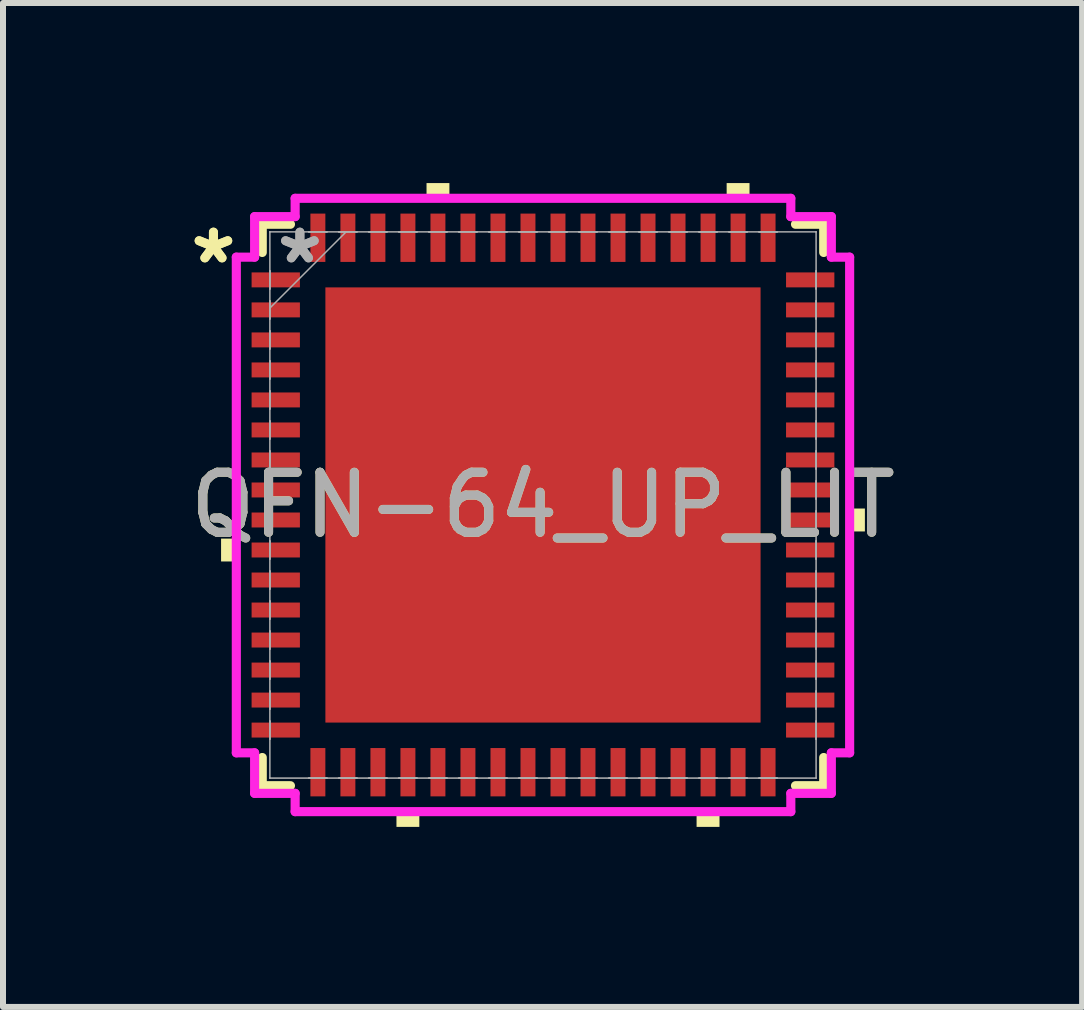
<source format=kicad_pcb>
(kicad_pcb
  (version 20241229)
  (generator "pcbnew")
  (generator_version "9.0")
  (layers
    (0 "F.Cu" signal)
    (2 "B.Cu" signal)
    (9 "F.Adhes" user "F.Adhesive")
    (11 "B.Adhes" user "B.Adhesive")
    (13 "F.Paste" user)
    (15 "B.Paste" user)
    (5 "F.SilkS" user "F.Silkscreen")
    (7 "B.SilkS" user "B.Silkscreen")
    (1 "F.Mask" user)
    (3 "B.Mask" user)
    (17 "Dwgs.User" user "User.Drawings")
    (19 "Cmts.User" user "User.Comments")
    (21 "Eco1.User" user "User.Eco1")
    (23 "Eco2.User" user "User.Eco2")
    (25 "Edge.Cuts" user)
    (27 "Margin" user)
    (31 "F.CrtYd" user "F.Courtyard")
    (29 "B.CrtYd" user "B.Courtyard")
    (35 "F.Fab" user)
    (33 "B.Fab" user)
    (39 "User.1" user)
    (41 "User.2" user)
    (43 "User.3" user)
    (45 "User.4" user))
  (footprint "QFN-64_UP_LIT"
    (layer "F.Cu")
    (at 5.996 5.363)
    (property "Reference" "QFN-64_UP_LIT" (at 0 0 0) (unlocked yes) (layer "F.SilkS") (effects (font (size 1 1) (thickness 0.15))))
    (attr smd)
    (fp_line (start -4.677 -4.677) (end -4.677 -4.207) (stroke (width 0.152) (type solid)) (layer "F.SilkS"))
    (fp_line (start -4.677 4.207) (end -4.677 4.677) (stroke (width 0.152) (type solid)) (layer "F.SilkS"))
    (fp_line (start -4.677 4.677) (end -4.207 4.677) (stroke (width 0.152) (type solid)) (layer "F.SilkS"))
    (fp_line (start -4.207 -4.677) (end -4.677 -4.677) (stroke (width 0.152) (type solid)) (layer "F.SilkS"))
    (fp_line (start 4.207 4.677) (end 4.677 4.677) (stroke (width 0.152) (type solid)) (layer "F.SilkS"))
    (fp_line (start 4.677 -4.677) (end 4.207 -4.677) (stroke (width 0.152) (type solid)) (layer "F.SilkS"))
    (fp_line (start 4.677 -4.207) (end 4.677 -4.677) (stroke (width 0.152) (type solid)) (layer "F.SilkS"))
    (fp_line (start 4.677 4.677) (end 4.677 4.207) (stroke (width 0.152) (type solid)) (layer "F.SilkS"))
    (fp_poly (pts (xy -5.363 0.56) (xy -5.363 0.941) (xy -5.109 0.941) (xy -5.109 0.56)) (stroke (width 0) (type solid)) (fill yes) (layer "F.SilkS"))
    (fp_poly (pts (xy -2.441 5.109) (xy -2.441 5.363) (xy -2.06 5.363) (xy -2.06 5.109)) (stroke (width 0) (type solid)) (fill yes) (layer "F.SilkS"))
    (fp_poly (pts (xy -1.94 -5.109) (xy -1.94 -5.363) (xy -1.559 -5.363) (xy -1.559 -5.109)) (stroke (width 0) (type solid)) (fill yes) (layer "F.SilkS"))
    (fp_poly (pts (xy 2.559 5.109) (xy 2.559 5.363) (xy 2.941 5.363) (xy 2.941 5.109)) (stroke (width 0) (type solid)) (fill yes) (layer "F.SilkS"))
    (fp_poly (pts (xy 3.06 -5.109) (xy 3.06 -5.363) (xy 3.441 -5.363) (xy 3.441 -5.109)) (stroke (width 0) (type solid)) (fill yes) (layer "F.SilkS"))
    (fp_poly (pts (xy 5.363 0.059) (xy 5.363 0.441) (xy 5.109 0.441) (xy 5.109 0.059)) (stroke (width 0) (type solid)) (fill yes) (layer "F.SilkS"))
    (fp_poly (pts (xy -3.525 -3.525) (xy -3.525 -2.275) (xy -2.275 -2.275) (xy -2.275 -3.525)) (stroke (width 0) (type solid)) (fill yes) (layer "F.Paste"))
    (fp_poly (pts (xy -3.525 -2.075) (xy -3.525 -0.825) (xy -2.275 -0.825) (xy -2.275 -2.075)) (stroke (width 0) (type solid)) (fill yes) (layer "F.Paste"))
    (fp_poly (pts (xy -3.525 -0.625) (xy -3.525 0.625) (xy -2.275 0.625) (xy -2.275 -0.625)) (stroke (width 0) (type solid)) (fill yes) (layer "F.Paste"))
    (fp_poly (pts (xy -3.525 0.825) (xy -3.525 2.075) (xy -2.275 2.075) (xy -2.275 0.825)) (stroke (width 0) (type solid)) (fill yes) (layer "F.Paste"))
    (fp_poly (pts (xy -3.525 2.275) (xy -3.525 3.525) (xy -2.275 3.525) (xy -2.275 2.275)) (stroke (width 0) (type solid)) (fill yes) (layer "F.Paste"))
    (fp_poly (pts (xy -2.075 -3.525) (xy -2.075 -2.275) (xy -0.825 -2.275) (xy -0.825 -3.525)) (stroke (width 0) (type solid)) (fill yes) (layer "F.Paste"))
    (fp_poly (pts (xy -2.075 -2.075) (xy -2.075 -0.825) (xy -0.825 -0.825) (xy -0.825 -2.075)) (stroke (width 0) (type solid)) (fill yes) (layer "F.Paste"))
    (fp_poly (pts (xy -2.075 -0.625) (xy -2.075 0.625) (xy -0.825 0.625) (xy -0.825 -0.625)) (stroke (width 0) (type solid)) (fill yes) (layer "F.Paste"))
    (fp_poly (pts (xy -2.075 0.825) (xy -2.075 2.075) (xy -0.825 2.075) (xy -0.825 0.825)) (stroke (width 0) (type solid)) (fill yes) (layer "F.Paste"))
    (fp_poly (pts (xy -2.075 2.275) (xy -2.075 3.525) (xy -0.825 3.525) (xy -0.825 2.275)) (stroke (width 0) (type solid)) (fill yes) (layer "F.Paste"))
    (fp_poly (pts (xy -0.625 -3.525) (xy -0.625 -2.275) (xy 0.625 -2.275) (xy 0.625 -3.525)) (stroke (width 0) (type solid)) (fill yes) (layer "F.Paste"))
    (fp_poly (pts (xy -0.625 -2.075) (xy -0.625 -0.825) (xy 0.625 -0.825) (xy 0.625 -2.075)) (stroke (width 0) (type solid)) (fill yes) (layer "F.Paste"))
    (fp_poly (pts (xy -0.625 -0.625) (xy -0.625 0.625) (xy 0.625 0.625) (xy 0.625 -0.625)) (stroke (width 0) (type solid)) (fill yes) (layer "F.Paste"))
    (fp_poly (pts (xy -0.625 0.825) (xy -0.625 2.075) (xy 0.625 2.075) (xy 0.625 0.825)) (stroke (width 0) (type solid)) (fill yes) (layer "F.Paste"))
    (fp_poly (pts (xy -0.625 2.275) (xy -0.625 3.525) (xy 0.625 3.525) (xy 0.625 2.275)) (stroke (width 0) (type solid)) (fill yes) (layer "F.Paste"))
    (fp_poly (pts (xy 0.825 -3.525) (xy 0.825 -2.275) (xy 2.075 -2.275) (xy 2.075 -3.525)) (stroke (width 0) (type solid)) (fill yes) (layer "F.Paste"))
    (fp_poly (pts (xy 0.825 -2.075) (xy 0.825 -0.825) (xy 2.075 -0.825) (xy 2.075 -2.075)) (stroke (width 0) (type solid)) (fill yes) (layer "F.Paste"))
    (fp_poly (pts (xy 0.825 -0.625) (xy 0.825 0.625) (xy 2.075 0.625) (xy 2.075 -0.625)) (stroke (width 0) (type solid)) (fill yes) (layer "F.Paste"))
    (fp_poly (pts (xy 0.825 0.825) (xy 0.825 2.075) (xy 2.075 2.075) (xy 2.075 0.825)) (stroke (width 0) (type solid)) (fill yes) (layer "F.Paste"))
    (fp_poly (pts (xy 0.825 2.275) (xy 0.825 3.525) (xy 2.075 3.525) (xy 2.075 2.275)) (stroke (width 0) (type solid)) (fill yes) (layer "F.Paste"))
    (fp_poly (pts (xy 2.275 -3.525) (xy 2.275 -2.275) (xy 3.525 -2.275) (xy 3.525 -3.525)) (stroke (width 0) (type solid)) (fill yes) (layer "F.Paste"))
    (fp_poly (pts (xy 2.275 -2.075) (xy 2.275 -0.825) (xy 3.525 -0.825) (xy 3.525 -2.075)) (stroke (width 0) (type solid)) (fill yes) (layer "F.Paste"))
    (fp_poly (pts (xy 2.275 -0.625) (xy 2.275 0.625) (xy 3.525 0.625) (xy 3.525 -0.625)) (stroke (width 0) (type solid)) (fill yes) (layer "F.Paste"))
    (fp_poly (pts (xy 2.275 0.825) (xy 2.275 2.075) (xy 3.525 2.075) (xy 3.525 0.825)) (stroke (width 0) (type solid)) (fill yes) (layer "F.Paste"))
    (fp_poly (pts (xy 2.275 2.275) (xy 2.275 3.525) (xy 3.525 3.525) (xy 3.525 2.275)) (stroke (width 0) (type solid)) (fill yes) (layer "F.Paste"))
    (fp_line (start -5.109 -4.129) (end -4.804 -4.129) (stroke (width 0.152) (type solid)) (layer "F.CrtYd"))
    (fp_line (start -5.109 4.129) (end -5.109 -4.129) (stroke (width 0.152) (type solid)) (layer "F.CrtYd"))
    (fp_line (start -4.804 -4.804) (end -4.129 -4.804) (stroke (width 0.152) (type solid)) (layer "F.CrtYd"))
    (fp_line (start -4.804 -4.129) (end -4.804 -4.804) (stroke (width 0.152) (type solid)) (layer "F.CrtYd"))
    (fp_line (start -4.804 4.129) (end -5.109 4.129) (stroke (width 0.152) (type solid)) (layer "F.CrtYd"))
    (fp_line (start -4.804 4.804) (end -4.804 4.129) (stroke (width 0.152) (type solid)) (layer "F.CrtYd"))
    (fp_line (start -4.129 -5.109) (end 4.129 -5.109) (stroke (width 0.152) (type solid)) (layer "F.CrtYd"))
    (fp_line (start -4.129 -4.804) (end -4.129 -5.109) (stroke (width 0.152) (type solid)) (layer "F.CrtYd"))
    (fp_line (start -4.129 4.804) (end -4.804 4.804) (stroke (width 0.152) (type solid)) (layer "F.CrtYd"))
    (fp_line (start -4.129 5.109) (end -4.129 4.804) (stroke (width 0.152) (type solid)) (layer "F.CrtYd"))
    (fp_line (start 4.129 -5.109) (end 4.129 -4.804) (stroke (width 0.152) (type solid)) (layer "F.CrtYd"))
    (fp_line (start 4.129 -4.804) (end 4.804 -4.804) (stroke (width 0.152) (type solid)) (layer "F.CrtYd"))
    (fp_line (start 4.129 4.804) (end 4.129 5.109) (stroke (width 0.152) (type solid)) (layer "F.CrtYd"))
    (fp_line (start 4.129 5.109) (end -4.129 5.109) (stroke (width 0.152) (type solid)) (layer "F.CrtYd"))
    (fp_line (start 4.804 -4.804) (end 4.804 -4.129) (stroke (width 0.152) (type solid)) (layer "F.CrtYd"))
    (fp_line (start 4.804 -4.129) (end 5.109 -4.129) (stroke (width 0.152) (type solid)) (layer "F.CrtYd"))
    (fp_line (start 4.804 4.129) (end 4.804 4.804) (stroke (width 0.152) (type solid)) (layer "F.CrtYd"))
    (fp_line (start 4.804 4.804) (end 4.129 4.804) (stroke (width 0.152) (type solid)) (layer "F.CrtYd"))
    (fp_line (start 5.109 -4.129) (end 5.109 4.129) (stroke (width 0.152) (type solid)) (layer "F.CrtYd"))
    (fp_line (start 5.109 4.129) (end 4.804 4.129) (stroke (width 0.152) (type solid)) (layer "F.CrtYd"))
    (fp_line (start -4.55 -4.55) (end -4.55 -4.55) (stroke (width 0.025) (type solid)) (layer "F.Fab"))
    (fp_line (start -4.55 -4.55) (end -4.55 4.55) (stroke (width 0.025) (type solid)) (layer "F.Fab"))
    (fp_line (start -4.55 -3.9) (end -4.55 -3.9) (stroke (width 0.025) (type solid)) (layer "F.Fab"))
    (fp_line (start -4.55 -3.9) (end -4.55 -3.6) (stroke (width 0.025) (type solid)) (layer "F.Fab"))
    (fp_line (start -4.55 -3.6) (end -4.55 -3.9) (stroke (width 0.025) (type solid)) (layer "F.Fab"))
    (fp_line (start -4.55 -3.6) (end -4.55 -3.6) (stroke (width 0.025) (type solid)) (layer "F.Fab"))
    (fp_line (start -4.55 -3.4) (end -4.55 -3.4) (stroke (width 0.025) (type solid)) (layer "F.Fab"))
    (fp_line (start -4.55 -3.4) (end -4.55 -3.1) (stroke (width 0.025) (type solid)) (layer "F.Fab"))
    (fp_line (start -4.55 -3.28) (end -3.28 -4.55) (stroke (width 0.025) (type solid)) (layer "F.Fab"))
    (fp_line (start -4.55 -3.1) (end -4.55 -3.4) (stroke (width 0.025) (type solid)) (layer "F.Fab"))
    (fp_line (start -4.55 -3.1) (end -4.55 -3.1) (stroke (width 0.025) (type solid)) (layer "F.Fab"))
    (fp_line (start -4.55 -2.9) (end -4.55 -2.9) (stroke (width 0.025) (type solid)) (layer "F.Fab"))
    (fp_line (start -4.55 -2.9) (end -4.55 -2.6) (stroke (width 0.025) (type solid)) (layer "F.Fab"))
    (fp_line (start -4.55 -2.6) (end -4.55 -2.9) (stroke (width 0.025) (type solid)) (layer "F.Fab"))
    (fp_line (start -4.55 -2.6) (end -4.55 -2.6) (stroke (width 0.025) (type solid)) (layer "F.Fab"))
    (fp_line (start -4.55 -2.4) (end -4.55 -2.4) (stroke (width 0.025) (type solid)) (layer "F.Fab"))
    (fp_line (start -4.55 -2.4) (end -4.55 -2.1) (stroke (width 0.025) (type solid)) (layer "F.Fab"))
    (fp_line (start -4.55 -2.1) (end -4.55 -2.4) (stroke (width 0.025) (type solid)) (layer "F.Fab"))
    (fp_line (start -4.55 -2.1) (end -4.55 -2.1) (stroke (width 0.025) (type solid)) (layer "F.Fab"))
    (fp_line (start -4.55 -1.9) (end -4.55 -1.9) (stroke (width 0.025) (type solid)) (layer "F.Fab"))
    (fp_line (start -4.55 -1.9) (end -4.55 -1.6) (stroke (width 0.025) (type solid)) (layer "F.Fab"))
    (fp_line (start -4.55 -1.6) (end -4.55 -1.9) (stroke (width 0.025) (type solid)) (layer "F.Fab"))
    (fp_line (start -4.55 -1.6) (end -4.55 -1.6) (stroke (width 0.025) (type solid)) (layer "F.Fab"))
    (fp_line (start -4.55 -1.4) (end -4.55 -1.4) (stroke (width 0.025) (type solid)) (layer "F.Fab"))
    (fp_line (start -4.55 -1.4) (end -4.55 -1.1) (stroke (width 0.025) (type solid)) (layer "F.Fab"))
    (fp_line (start -4.55 -1.1) (end -4.55 -1.4) (stroke (width 0.025) (type solid)) (layer "F.Fab"))
    (fp_line (start -4.55 -1.1) (end -4.55 -1.1) (stroke (width 0.025) (type solid)) (layer "F.Fab"))
    (fp_line (start -4.55 -0.9) (end -4.55 -0.9) (stroke (width 0.025) (type solid)) (layer "F.Fab"))
    (fp_line (start -4.55 -0.9) (end -4.55 -0.6) (stroke (width 0.025) (type solid)) (layer "F.Fab"))
    (fp_line (start -4.55 -0.6) (end -4.55 -0.9) (stroke (width 0.025) (type solid)) (layer "F.Fab"))
    (fp_line (start -4.55 -0.6) (end -4.55 -0.6) (stroke (width 0.025) (type solid)) (layer "F.Fab"))
    (fp_line (start -4.55 -0.4) (end -4.55 -0.4) (stroke (width 0.025) (type solid)) (layer "F.Fab"))
    (fp_line (start -4.55 -0.4) (end -4.55 -0.1) (stroke (width 0.025) (type solid)) (layer "F.Fab"))
    (fp_line (start -4.55 -0.1) (end -4.55 -0.4) (stroke (width 0.025) (type solid)) (layer "F.Fab"))
    (fp_line (start -4.55 -0.1) (end -4.55 -0.1) (stroke (width 0.025) (type solid)) (layer "F.Fab"))
    (fp_line (start -4.55 0.1) (end -4.55 0.1) (stroke (width 0.025) (type solid)) (layer "F.Fab"))
    (fp_line (start -4.55 0.1) (end -4.55 0.4) (stroke (width 0.025) (type solid)) (layer "F.Fab"))
    (fp_line (start -4.55 0.4) (end -4.55 0.1) (stroke (width 0.025) (type solid)) (layer "F.Fab"))
    (fp_line (start -4.55 0.4) (end -4.55 0.4) (stroke (width 0.025) (type solid)) (layer "F.Fab"))
    (fp_line (start -4.55 0.6) (end -4.55 0.6) (stroke (width 0.025) (type solid)) (layer "F.Fab"))
    (fp_line (start -4.55 0.6) (end -4.55 0.9) (stroke (width 0.025) (type solid)) (layer "F.Fab"))
    (fp_line (start -4.55 0.9) (end -4.55 0.6) (stroke (width 0.025) (type solid)) (layer "F.Fab"))
    (fp_line (start -4.55 0.9) (end -4.55 0.9) (stroke (width 0.025) (type solid)) (layer "F.Fab"))
    (fp_line (start -4.55 1.1) (end -4.55 1.1) (stroke (width 0.025) (type solid)) (layer "F.Fab"))
    (fp_line (start -4.55 1.1) (end -4.55 1.4) (stroke (width 0.025) (type solid)) (layer "F.Fab"))
    (fp_line (start -4.55 1.4) (end -4.55 1.1) (stroke (width 0.025) (type solid)) (layer "F.Fab"))
    (fp_line (start -4.55 1.4) (end -4.55 1.4) (stroke (width 0.025) (type solid)) (layer "F.Fab"))
    (fp_line (start -4.55 1.6) (end -4.55 1.6) (stroke (width 0.025) (type solid)) (layer "F.Fab"))
    (fp_line (start -4.55 1.6) (end -4.55 1.9) (stroke (width 0.025) (type solid)) (layer "F.Fab"))
    (fp_line (start -4.55 1.9) (end -4.55 1.6) (stroke (width 0.025) (type solid)) (layer "F.Fab"))
    (fp_line (start -4.55 1.9) (end -4.55 1.9) (stroke (width 0.025) (type solid)) (layer "F.Fab"))
    (fp_line (start -4.55 2.1) (end -4.55 2.1) (stroke (width 0.025) (type solid)) (layer "F.Fab"))
    (fp_line (start -4.55 2.1) (end -4.55 2.4) (stroke (width 0.025) (type solid)) (layer "F.Fab"))
    (fp_line (start -4.55 2.4) (end -4.55 2.1) (stroke (width 0.025) (type solid)) (layer "F.Fab"))
    (fp_line (start -4.55 2.4) (end -4.55 2.4) (stroke (width 0.025) (type solid)) (layer "F.Fab"))
    (fp_line (start -4.55 2.6) (end -4.55 2.6) (stroke (width 0.025) (type solid)) (layer "F.Fab"))
    (fp_line (start -4.55 2.6) (end -4.55 2.9) (stroke (width 0.025) (type solid)) (layer "F.Fab"))
    (fp_line (start -4.55 2.9) (end -4.55 2.6) (stroke (width 0.025) (type solid)) (layer "F.Fab"))
    (fp_line (start -4.55 2.9) (end -4.55 2.9) (stroke (width 0.025) (type solid)) (layer "F.Fab"))
    (fp_line (start -4.55 3.1) (end -4.55 3.1) (stroke (width 0.025) (type solid)) (layer "F.Fab"))
    (fp_line (start -4.55 3.1) (end -4.55 3.4) (stroke (width 0.025) (type solid)) (layer "F.Fab"))
    (fp_line (start -4.55 3.4) (end -4.55 3.1) (stroke (width 0.025) (type solid)) (layer "F.Fab"))
    (fp_line (start -4.55 3.4) (end -4.55 3.4) (stroke (width 0.025) (type solid)) (layer "F.Fab"))
    (fp_line (start -4.55 3.6) (end -4.55 3.6) (stroke (width 0.025) (type solid)) (layer "F.Fab"))
    (fp_line (start -4.55 3.6) (end -4.55 3.9) (stroke (width 0.025) (type solid)) (layer "F.Fab"))
    (fp_line (start -4.55 3.9) (end -4.55 3.6) (stroke (width 0.025) (type solid)) (layer "F.Fab"))
    (fp_line (start -4.55 3.9) (end -4.55 3.9) (stroke (width 0.025) (type solid)) (layer "F.Fab"))
    (fp_line (start -4.55 4.55) (end -4.55 4.55) (stroke (width 0.025) (type solid)) (layer "F.Fab"))
    (fp_line (start -4.55 4.55) (end 4.55 4.55) (stroke (width 0.025) (type solid)) (layer "F.Fab"))
    (fp_line (start -3.9 -4.55) (end -3.9 -4.55) (stroke (width 0.025) (type solid)) (layer "F.Fab"))
    (fp_line (start -3.9 -4.55) (end -3.6 -4.55) (stroke (width 0.025) (type solid)) (layer "F.Fab"))
    (fp_line (start -3.9 4.55) (end -3.9 4.55) (stroke (width 0.025) (type solid)) (layer "F.Fab"))
    (fp_line (start -3.9 4.55) (end -3.6 4.55) (stroke (width 0.025) (type solid)) (layer "F.Fab"))
    (fp_line (start -3.6 -4.55) (end -3.9 -4.55) (stroke (width 0.025) (type solid)) (layer "F.Fab"))
    (fp_line (start -3.6 -4.55) (end -3.6 -4.55) (stroke (width 0.025) (type solid)) (layer "F.Fab"))
    (fp_line (start -3.6 4.55) (end -3.9 4.55) (stroke (width 0.025) (type solid)) (layer "F.Fab"))
    (fp_line (start -3.6 4.55) (end -3.6 4.55) (stroke (width 0.025) (type solid)) (layer "F.Fab"))
    (fp_line (start -3.4 -4.55) (end -3.4 -4.55) (stroke (width 0.025) (type solid)) (layer "F.Fab"))
    (fp_line (start -3.4 -4.55) (end -3.1 -4.55) (stroke (width 0.025) (type solid)) (layer "F.Fab"))
    (fp_line (start -3.4 4.55) (end -3.4 4.55) (stroke (width 0.025) (type solid)) (layer "F.Fab"))
    (fp_line (start -3.4 4.55) (end -3.1 4.55) (stroke (width 0.025) (type solid)) (layer "F.Fab"))
    (fp_line (start -3.1 -4.55) (end -3.4 -4.55) (stroke (width 0.025) (type solid)) (layer "F.Fab"))
    (fp_line (start -3.1 -4.55) (end -3.1 -4.55) (stroke (width 0.025) (type solid)) (layer "F.Fab"))
    (fp_line (start -3.1 4.55) (end -3.4 4.55) (stroke (width 0.025) (type solid)) (layer "F.Fab"))
    (fp_line (start -3.1 4.55) (end -3.1 4.55) (stroke (width 0.025) (type solid)) (layer "F.Fab"))
    (fp_line (start -2.9 -4.55) (end -2.9 -4.55) (stroke (width 0.025) (type solid)) (layer "F.Fab"))
    (fp_line (start -2.9 -4.55) (end -2.6 -4.55) (stroke (width 0.025) (type solid)) (layer "F.Fab"))
    (fp_line (start -2.9 4.55) (end -2.9 4.55) (stroke (width 0.025) (type solid)) (layer "F.Fab"))
    (fp_line (start -2.9 4.55) (end -2.6 4.55) (stroke (width 0.025) (type solid)) (layer "F.Fab"))
    (fp_line (start -2.6 -4.55) (end -2.9 -4.55) (stroke (width 0.025) (type solid)) (layer "F.Fab"))
    (fp_line (start -2.6 -4.55) (end -2.6 -4.55) (stroke (width 0.025) (type solid)) (layer "F.Fab"))
    (fp_line (start -2.6 4.55) (end -2.9 4.55) (stroke (width 0.025) (type solid)) (layer "F.Fab"))
    (fp_line (start -2.6 4.55) (end -2.6 4.55) (stroke (width 0.025) (type solid)) (layer "F.Fab"))
    (fp_line (start -2.4 -4.55) (end -2.4 -4.55) (stroke (width 0.025) (type solid)) (layer "F.Fab"))
    (fp_line (start -2.4 -4.55) (end -2.1 -4.55) (stroke (width 0.025) (type solid)) (layer "F.Fab"))
    (fp_line (start -2.4 4.55) (end -2.4 4.55) (stroke (width 0.025) (type solid)) (layer "F.Fab"))
    (fp_line (start -2.4 4.55) (end -2.1 4.55) (stroke (width 0.025) (type solid)) (layer "F.Fab"))
    (fp_line (start -2.1 -4.55) (end -2.4 -4.55) (stroke (width 0.025) (type solid)) (layer "F.Fab"))
    (fp_line (start -2.1 -4.55) (end -2.1 -4.55) (stroke (width 0.025) (type solid)) (layer "F.Fab"))
    (fp_line (start -2.1 4.55) (end -2.4 4.55) (stroke (width 0.025) (type solid)) (layer "F.Fab"))
    (fp_line (start -2.1 4.55) (end -2.1 4.55) (stroke (width 0.025) (type solid)) (layer "F.Fab"))
    (fp_line (start -1.9 -4.55) (end -1.9 -4.55) (stroke (width 0.025) (type solid)) (layer "F.Fab"))
    (fp_line (start -1.9 -4.55) (end -1.6 -4.55) (stroke (width 0.025) (type solid)) (layer "F.Fab"))
    (fp_line (start -1.9 4.55) (end -1.9 4.55) (stroke (width 0.025) (type solid)) (layer "F.Fab"))
    (fp_line (start -1.9 4.55) (end -1.6 4.55) (stroke (width 0.025) (type solid)) (layer "F.Fab"))
    (fp_line (start -1.6 -4.55) (end -1.9 -4.55) (stroke (width 0.025) (type solid)) (layer "F.Fab"))
    (fp_line (start -1.6 -4.55) (end -1.6 -4.55) (stroke (width 0.025) (type solid)) (layer "F.Fab"))
    (fp_line (start -1.6 4.55) (end -1.9 4.55) (stroke (width 0.025) (type solid)) (layer "F.Fab"))
    (fp_line (start -1.6 4.55) (end -1.6 4.55) (stroke (width 0.025) (type solid)) (layer "F.Fab"))
    (fp_line (start -1.4 -4.55) (end -1.4 -4.55) (stroke (width 0.025) (type solid)) (layer "F.Fab"))
    (fp_line (start -1.4 -4.55) (end -1.1 -4.55) (stroke (width 0.025) (type solid)) (layer "F.Fab"))
    (fp_line (start -1.4 4.55) (end -1.4 4.55) (stroke (width 0.025) (type solid)) (layer "F.Fab"))
    (fp_line (start -1.4 4.55) (end -1.1 4.55) (stroke (width 0.025) (type solid)) (layer "F.Fab"))
    (fp_line (start -1.1 -4.55) (end -1.4 -4.55) (stroke (width 0.025) (type solid)) (layer "F.Fab"))
    (fp_line (start -1.1 -4.55) (end -1.1 -4.55) (stroke (width 0.025) (type solid)) (layer "F.Fab"))
    (fp_line (start -1.1 4.55) (end -1.4 4.55) (stroke (width 0.025) (type solid)) (layer "F.Fab"))
    (fp_line (start -1.1 4.55) (end -1.1 4.55) (stroke (width 0.025) (type solid)) (layer "F.Fab"))
    (fp_line (start -0.9 -4.55) (end -0.9 -4.55) (stroke (width 0.025) (type solid)) (layer "F.Fab"))
    (fp_line (start -0.9 -4.55) (end -0.6 -4.55) (stroke (width 0.025) (type solid)) (layer "F.Fab"))
    (fp_line (start -0.9 4.55) (end -0.9 4.55) (stroke (width 0.025) (type solid)) (layer "F.Fab"))
    (fp_line (start -0.9 4.55) (end -0.6 4.55) (stroke (width 0.025) (type solid)) (layer "F.Fab"))
    (fp_line (start -0.6 -4.55) (end -0.9 -4.55) (stroke (width 0.025) (type solid)) (layer "F.Fab"))
    (fp_line (start -0.6 -4.55) (end -0.6 -4.55) (stroke (width 0.025) (type solid)) (layer "F.Fab"))
    (fp_line (start -0.6 4.55) (end -0.9 4.55) (stroke (width 0.025) (type solid)) (layer "F.Fab"))
    (fp_line (start -0.6 4.55) (end -0.6 4.55) (stroke (width 0.025) (type solid)) (layer "F.Fab"))
    (fp_line (start -0.4 -4.55) (end -0.4 -4.55) (stroke (width 0.025) (type solid)) (layer "F.Fab"))
    (fp_line (start -0.4 -4.55) (end -0.1 -4.55) (stroke (width 0.025) (type solid)) (layer "F.Fab"))
    (fp_line (start -0.4 4.55) (end -0.4 4.55) (stroke (width 0.025) (type solid)) (layer "F.Fab"))
    (fp_line (start -0.4 4.55) (end -0.1 4.55) (stroke (width 0.025) (type solid)) (layer "F.Fab"))
    (fp_line (start -0.1 -4.55) (end -0.4 -4.55) (stroke (width 0.025) (type solid)) (layer "F.Fab"))
    (fp_line (start -0.1 -4.55) (end -0.1 -4.55) (stroke (width 0.025) (type solid)) (layer "F.Fab"))
    (fp_line (start -0.1 4.55) (end -0.4 4.55) (stroke (width 0.025) (type solid)) (layer "F.Fab"))
    (fp_line (start -0.1 4.55) (end -0.1 4.55) (stroke (width 0.025) (type solid)) (layer "F.Fab"))
    (fp_line (start 0.1 -4.55) (end 0.1 -4.55) (stroke (width 0.025) (type solid)) (layer "F.Fab"))
    (fp_line (start 0.1 -4.55) (end 0.4 -4.55) (stroke (width 0.025) (type solid)) (layer "F.Fab"))
    (fp_line (start 0.1 4.55) (end 0.1 4.55) (stroke (width 0.025) (type solid)) (layer "F.Fab"))
    (fp_line (start 0.1 4.55) (end 0.4 4.55) (stroke (width 0.025) (type solid)) (layer "F.Fab"))
    (fp_line (start 0.4 -4.55) (end 0.1 -4.55) (stroke (width 0.025) (type solid)) (layer "F.Fab"))
    (fp_line (start 0.4 -4.55) (end 0.4 -4.55) (stroke (width 0.025) (type solid)) (layer "F.Fab"))
    (fp_line (start 0.4 4.55) (end 0.1 4.55) (stroke (width 0.025) (type solid)) (layer "F.Fab"))
    (fp_line (start 0.4 4.55) (end 0.4 4.55) (stroke (width 0.025) (type solid)) (layer "F.Fab"))
    (fp_line (start 0.6 -4.55) (end 0.6 -4.55) (stroke (width 0.025) (type solid)) (layer "F.Fab"))
    (fp_line (start 0.6 -4.55) (end 0.9 -4.55) (stroke (width 0.025) (type solid)) (layer "F.Fab"))
    (fp_line (start 0.6 4.55) (end 0.6 4.55) (stroke (width 0.025) (type solid)) (layer "F.Fab"))
    (fp_line (start 0.6 4.55) (end 0.9 4.55) (stroke (width 0.025) (type solid)) (layer "F.Fab"))
    (fp_line (start 0.9 -4.55) (end 0.6 -4.55) (stroke (width 0.025) (type solid)) (layer "F.Fab"))
    (fp_line (start 0.9 -4.55) (end 0.9 -4.55) (stroke (width 0.025) (type solid)) (layer "F.Fab"))
    (fp_line (start 0.9 4.55) (end 0.6 4.55) (stroke (width 0.025) (type solid)) (layer "F.Fab"))
    (fp_line (start 0.9 4.55) (end 0.9 4.55) (stroke (width 0.025) (type solid)) (layer "F.Fab"))
    (fp_line (start 1.1 -4.55) (end 1.1 -4.55) (stroke (width 0.025) (type solid)) (layer "F.Fab"))
    (fp_line (start 1.1 -4.55) (end 1.4 -4.55) (stroke (width 0.025) (type solid)) (layer "F.Fab"))
    (fp_line (start 1.1 4.55) (end 1.1 4.55) (stroke (width 0.025) (type solid)) (layer "F.Fab"))
    (fp_line (start 1.1 4.55) (end 1.4 4.55) (stroke (width 0.025) (type solid)) (layer "F.Fab"))
    (fp_line (start 1.4 -4.55) (end 1.1 -4.55) (stroke (width 0.025) (type solid)) (layer "F.Fab"))
    (fp_line (start 1.4 -4.55) (end 1.4 -4.55) (stroke (width 0.025) (type solid)) (layer "F.Fab"))
    (fp_line (start 1.4 4.55) (end 1.1 4.55) (stroke (width 0.025) (type solid)) (layer "F.Fab"))
    (fp_line (start 1.4 4.55) (end 1.4 4.55) (stroke (width 0.025) (type solid)) (layer "F.Fab"))
    (fp_line (start 1.6 -4.55) (end 1.6 -4.55) (stroke (width 0.025) (type solid)) (layer "F.Fab"))
    (fp_line (start 1.6 -4.55) (end 1.9 -4.55) (stroke (width 0.025) (type solid)) (layer "F.Fab"))
    (fp_line (start 1.6 4.55) (end 1.6 4.55) (stroke (width 0.025) (type solid)) (layer "F.Fab"))
    (fp_line (start 1.6 4.55) (end 1.9 4.55) (stroke (width 0.025) (type solid)) (layer "F.Fab"))
    (fp_line (start 1.9 -4.55) (end 1.6 -4.55) (stroke (width 0.025) (type solid)) (layer "F.Fab"))
    (fp_line (start 1.9 -4.55) (end 1.9 -4.55) (stroke (width 0.025) (type solid)) (layer "F.Fab"))
    (fp_line (start 1.9 4.55) (end 1.6 4.55) (stroke (width 0.025) (type solid)) (layer "F.Fab"))
    (fp_line (start 1.9 4.55) (end 1.9 4.55) (stroke (width 0.025) (type solid)) (layer "F.Fab"))
    (fp_line (start 2.1 -4.55) (end 2.1 -4.55) (stroke (width 0.025) (type solid)) (layer "F.Fab"))
    (fp_line (start 2.1 -4.55) (end 2.4 -4.55) (stroke (width 0.025) (type solid)) (layer "F.Fab"))
    (fp_line (start 2.1 4.55) (end 2.1 4.55) (stroke (width 0.025) (type solid)) (layer "F.Fab"))
    (fp_line (start 2.1 4.55) (end 2.4 4.55) (stroke (width 0.025) (type solid)) (layer "F.Fab"))
    (fp_line (start 2.4 -4.55) (end 2.1 -4.55) (stroke (width 0.025) (type solid)) (layer "F.Fab"))
    (fp_line (start 2.4 -4.55) (end 2.4 -4.55) (stroke (width 0.025) (type solid)) (layer "F.Fab"))
    (fp_line (start 2.4 4.55) (end 2.1 4.55) (stroke (width 0.025) (type solid)) (layer "F.Fab"))
    (fp_line (start 2.4 4.55) (end 2.4 4.55) (stroke (width 0.025) (type solid)) (layer "F.Fab"))
    (fp_line (start 2.6 -4.55) (end 2.6 -4.55) (stroke (width 0.025) (type solid)) (layer "F.Fab"))
    (fp_line (start 2.6 -4.55) (end 2.9 -4.55) (stroke (width 0.025) (type solid)) (layer "F.Fab"))
    (fp_line (start 2.6 4.55) (end 2.6 4.55) (stroke (width 0.025) (type solid)) (layer "F.Fab"))
    (fp_line (start 2.6 4.55) (end 2.9 4.55) (stroke (width 0.025) (type solid)) (layer "F.Fab"))
    (fp_line (start 2.9 -4.55) (end 2.6 -4.55) (stroke (width 0.025) (type solid)) (layer "F.Fab"))
    (fp_line (start 2.9 -4.55) (end 2.9 -4.55) (stroke (width 0.025) (type solid)) (layer "F.Fab"))
    (fp_line (start 2.9 4.55) (end 2.6 4.55) (stroke (width 0.025) (type solid)) (layer "F.Fab"))
    (fp_line (start 2.9 4.55) (end 2.9 4.55) (stroke (width 0.025) (type solid)) (layer "F.Fab"))
    (fp_line (start 3.1 -4.55) (end 3.1 -4.55) (stroke (width 0.025) (type solid)) (layer "F.Fab"))
    (fp_line (start 3.1 -4.55) (end 3.4 -4.55) (stroke (width 0.025) (type solid)) (layer "F.Fab"))
    (fp_line (start 3.1 4.55) (end 3.1 4.55) (stroke (width 0.025) (type solid)) (layer "F.Fab"))
    (fp_line (start 3.1 4.55) (end 3.4 4.55) (stroke (width 0.025) (type solid)) (layer "F.Fab"))
    (fp_line (start 3.4 -4.55) (end 3.1 -4.55) (stroke (width 0.025) (type solid)) (layer "F.Fab"))
    (fp_line (start 3.4 -4.55) (end 3.4 -4.55) (stroke (width 0.025) (type solid)) (layer "F.Fab"))
    (fp_line (start 3.4 4.55) (end 3.1 4.55) (stroke (width 0.025) (type solid)) (layer "F.Fab"))
    (fp_line (start 3.4 4.55) (end 3.4 4.55) (stroke (width 0.025) (type solid)) (layer "F.Fab"))
    (fp_line (start 3.6 -4.55) (end 3.6 -4.55) (stroke (width 0.025) (type solid)) (layer "F.Fab"))
    (fp_line (start 3.6 -4.55) (end 3.9 -4.55) (stroke (width 0.025) (type solid)) (layer "F.Fab"))
    (fp_line (start 3.6 4.55) (end 3.6 4.55) (stroke (width 0.025) (type solid)) (layer "F.Fab"))
    (fp_line (start 3.6 4.55) (end 3.9 4.55) (stroke (width 0.025) (type solid)) (layer "F.Fab"))
    (fp_line (start 3.9 -4.55) (end 3.6 -4.55) (stroke (width 0.025) (type solid)) (layer "F.Fab"))
    (fp_line (start 3.9 -4.55) (end 3.9 -4.55) (stroke (width 0.025) (type solid)) (layer "F.Fab"))
    (fp_line (start 3.9 4.55) (end 3.6 4.55) (stroke (width 0.025) (type solid)) (layer "F.Fab"))
    (fp_line (start 3.9 4.55) (end 3.9 4.55) (stroke (width 0.025) (type solid)) (layer "F.Fab"))
    (fp_line (start 4.55 -4.55) (end -4.55 -4.55) (stroke (width 0.025) (type solid)) (layer "F.Fab"))
    (fp_line (start 4.55 -4.55) (end 4.55 -4.55) (stroke (width 0.025) (type solid)) (layer "F.Fab"))
    (fp_line (start 4.55 -3.9) (end 4.55 -3.9) (stroke (width 0.025) (type solid)) (layer "F.Fab"))
    (fp_line (start 4.55 -3.9) (end 4.55 -3.6) (stroke (width 0.025) (type solid)) (layer "F.Fab"))
    (fp_line (start 4.55 -3.6) (end 4.55 -3.9) (stroke (width 0.025) (type solid)) (layer "F.Fab"))
    (fp_line (start 4.55 -3.6) (end 4.55 -3.6) (stroke (width 0.025) (type solid)) (layer "F.Fab"))
    (fp_line (start 4.55 -3.4) (end 4.55 -3.4) (stroke (width 0.025) (type solid)) (layer "F.Fab"))
    (fp_line (start 4.55 -3.4) (end 4.55 -3.1) (stroke (width 0.025) (type solid)) (layer "F.Fab"))
    (fp_line (start 4.55 -3.1) (end 4.55 -3.4) (stroke (width 0.025) (type solid)) (layer "F.Fab"))
    (fp_line (start 4.55 -3.1) (end 4.55 -3.1) (stroke (width 0.025) (type solid)) (layer "F.Fab"))
    (fp_line (start 4.55 -2.9) (end 4.55 -2.9) (stroke (width 0.025) (type solid)) (layer "F.Fab"))
    (fp_line (start 4.55 -2.9) (end 4.55 -2.6) (stroke (width 0.025) (type solid)) (layer "F.Fab"))
    (fp_line (start 4.55 -2.6) (end 4.55 -2.9) (stroke (width 0.025) (type solid)) (layer "F.Fab"))
    (fp_line (start 4.55 -2.6) (end 4.55 -2.6) (stroke (width 0.025) (type solid)) (layer "F.Fab"))
    (fp_line (start 4.55 -2.4) (end 4.55 -2.4) (stroke (width 0.025) (type solid)) (layer "F.Fab"))
    (fp_line (start 4.55 -2.4) (end 4.55 -2.1) (stroke (width 0.025) (type solid)) (layer "F.Fab"))
    (fp_line (start 4.55 -2.1) (end 4.55 -2.4) (stroke (width 0.025) (type solid)) (layer "F.Fab"))
    (fp_line (start 4.55 -2.1) (end 4.55 -2.1) (stroke (width 0.025) (type solid)) (layer "F.Fab"))
    (fp_line (start 4.55 -1.9) (end 4.55 -1.9) (stroke (width 0.025) (type solid)) (layer "F.Fab"))
    (fp_line (start 4.55 -1.9) (end 4.55 -1.6) (stroke (width 0.025) (type solid)) (layer "F.Fab"))
    (fp_line (start 4.55 -1.6) (end 4.55 -1.9) (stroke (width 0.025) (type solid)) (layer "F.Fab"))
    (fp_line (start 4.55 -1.6) (end 4.55 -1.6) (stroke (width 0.025) (type solid)) (layer "F.Fab"))
    (fp_line (start 4.55 -1.4) (end 4.55 -1.4) (stroke (width 0.025) (type solid)) (layer "F.Fab"))
    (fp_line (start 4.55 -1.4) (end 4.55 -1.1) (stroke (width 0.025) (type solid)) (layer "F.Fab"))
    (fp_line (start 4.55 -1.1) (end 4.55 -1.4) (stroke (width 0.025) (type solid)) (layer "F.Fab"))
    (fp_line (start 4.55 -1.1) (end 4.55 -1.1) (stroke (width 0.025) (type solid)) (layer "F.Fab"))
    (fp_line (start 4.55 -0.9) (end 4.55 -0.9) (stroke (width 0.025) (type solid)) (layer "F.Fab"))
    (fp_line (start 4.55 -0.9) (end 4.55 -0.6) (stroke (width 0.025) (type solid)) (layer "F.Fab"))
    (fp_line (start 4.55 -0.6) (end 4.55 -0.9) (stroke (width 0.025) (type solid)) (layer "F.Fab"))
    (fp_line (start 4.55 -0.6) (end 4.55 -0.6) (stroke (width 0.025) (type solid)) (layer "F.Fab"))
    (fp_line (start 4.55 -0.4) (end 4.55 -0.4) (stroke (width 0.025) (type solid)) (layer "F.Fab"))
    (fp_line (start 4.55 -0.4) (end 4.55 -0.1) (stroke (width 0.025) (type solid)) (layer "F.Fab"))
    (fp_line (start 4.55 -0.1) (end 4.55 -0.4) (stroke (width 0.025) (type solid)) (layer "F.Fab"))
    (fp_line (start 4.55 -0.1) (end 4.55 -0.1) (stroke (width 0.025) (type solid)) (layer "F.Fab"))
    (fp_line (start 4.55 0.1) (end 4.55 0.1) (stroke (width 0.025) (type solid)) (layer "F.Fab"))
    (fp_line (start 4.55 0.1) (end 4.55 0.4) (stroke (width 0.025) (type solid)) (layer "F.Fab"))
    (fp_line (start 4.55 0.4) (end 4.55 0.1) (stroke (width 0.025) (type solid)) (layer "F.Fab"))
    (fp_line (start 4.55 0.4) (end 4.55 0.4) (stroke (width 0.025) (type solid)) (layer "F.Fab"))
    (fp_line (start 4.55 0.6) (end 4.55 0.6) (stroke (width 0.025) (type solid)) (layer "F.Fab"))
    (fp_line (start 4.55 0.6) (end 4.55 0.9) (stroke (width 0.025) (type solid)) (layer "F.Fab"))
    (fp_line (start 4.55 0.9) (end 4.55 0.6) (stroke (width 0.025) (type solid)) (layer "F.Fab"))
    (fp_line (start 4.55 0.9) (end 4.55 0.9) (stroke (width 0.025) (type solid)) (layer "F.Fab"))
    (fp_line (start 4.55 1.1) (end 4.55 1.1) (stroke (width 0.025) (type solid)) (layer "F.Fab"))
    (fp_line (start 4.55 1.1) (end 4.55 1.4) (stroke (width 0.025) (type solid)) (layer "F.Fab"))
    (fp_line (start 4.55 1.4) (end 4.55 1.1) (stroke (width 0.025) (type solid)) (layer "F.Fab"))
    (fp_line (start 4.55 1.4) (end 4.55 1.4) (stroke (width 0.025) (type solid)) (layer "F.Fab"))
    (fp_line (start 4.55 1.6) (end 4.55 1.6) (stroke (width 0.025) (type solid)) (layer "F.Fab"))
    (fp_line (start 4.55 1.6) (end 4.55 1.9) (stroke (width 0.025) (type solid)) (layer "F.Fab"))
    (fp_line (start 4.55 1.9) (end 4.55 1.6) (stroke (width 0.025) (type solid)) (layer "F.Fab"))
    (fp_line (start 4.55 1.9) (end 4.55 1.9) (stroke (width 0.025) (type solid)) (layer "F.Fab"))
    (fp_line (start 4.55 2.1) (end 4.55 2.1) (stroke (width 0.025) (type solid)) (layer "F.Fab"))
    (fp_line (start 4.55 2.1) (end 4.55 2.4) (stroke (width 0.025) (type solid)) (layer "F.Fab"))
    (fp_line (start 4.55 2.4) (end 4.55 2.1) (stroke (width 0.025) (type solid)) (layer "F.Fab"))
    (fp_line (start 4.55 2.4) (end 4.55 2.4) (stroke (width 0.025) (type solid)) (layer "F.Fab"))
    (fp_line (start 4.55 2.6) (end 4.55 2.6) (stroke (width 0.025) (type solid)) (layer "F.Fab"))
    (fp_line (start 4.55 2.6) (end 4.55 2.9) (stroke (width 0.025) (type solid)) (layer "F.Fab"))
    (fp_line (start 4.55 2.9) (end 4.55 2.6) (stroke (width 0.025) (type solid)) (layer "F.Fab"))
    (fp_line (start 4.55 2.9) (end 4.55 2.9) (stroke (width 0.025) (type solid)) (layer "F.Fab"))
    (fp_line (start 4.55 3.1) (end 4.55 3.1) (stroke (width 0.025) (type solid)) (layer "F.Fab"))
    (fp_line (start 4.55 3.1) (end 4.55 3.4) (stroke (width 0.025) (type solid)) (layer "F.Fab"))
    (fp_line (start 4.55 3.4) (end 4.55 3.1) (stroke (width 0.025) (type solid)) (layer "F.Fab"))
    (fp_line (start 4.55 3.4) (end 4.55 3.4) (stroke (width 0.025) (type solid)) (layer "F.Fab"))
    (fp_line (start 4.55 3.6) (end 4.55 3.6) (stroke (width 0.025) (type solid)) (layer "F.Fab"))
    (fp_line (start 4.55 3.6) (end 4.55 3.9) (stroke (width 0.025) (type solid)) (layer "F.Fab"))
    (fp_line (start 4.55 3.9) (end 4.55 3.6) (stroke (width 0.025) (type solid)) (layer "F.Fab"))
    (fp_line (start 4.55 3.9) (end 4.55 3.9) (stroke (width 0.025) (type solid)) (layer "F.Fab"))
    (fp_line (start 4.55 4.55) (end 4.55 -4.55) (stroke (width 0.025) (type solid)) (layer "F.Fab"))
    (fp_line (start 4.55 4.55) (end 4.55 4.55) (stroke (width 0.025) (type solid)) (layer "F.Fab"))
    (fp_text user "*" (at -5.49 -4 0) (layer "F.SilkS") (effects (font (size 1 1) (thickness 0.15))))
    (fp_text user "*" (at -5.49 -4 0) (unlocked yes) (layer "F.SilkS") (effects (font (size 1 1) (thickness 0.15))))
    (fp_text user "*" (at -4.05 -4 0) (layer "F.Fab") (effects (font (size 1 1) (thickness 0.15))))
    (fp_text user "${REFERENCE}" (at 0 0 0) (unlocked yes) (layer "F.Fab") (effects (font (size 1 1) (thickness 0.15))))
    (fp_text user "*" (at -4.05 -4 0) (unlocked yes) (layer "F.Fab") (effects (font (size 1 1) (thickness 0.15))))
    (pad "1" smd rect (at -4.452 -3.75 90) (size 0.249 0.805) (layers "F.Cu" "F.Mask" "F.Paste"))
    (pad "2" smd rect (at -4.452 -3.25 90) (size 0.249 0.805) (layers "F.Cu" "F.Mask" "F.Paste"))
    (pad "3" smd rect (at -4.452 -2.75 90) (size 0.249 0.805) (layers "F.Cu" "F.Mask" "F.Paste"))
    (pad "4" smd rect (at -4.452 -2.25 90) (size 0.249 0.805) (layers "F.Cu" "F.Mask" "F.Paste"))
    (pad "5" smd rect (at -4.452 -1.75 90) (size 0.249 0.805) (layers "F.Cu" "F.Mask" "F.Paste"))
    (pad "6" smd rect (at -4.452 -1.25 90) (size 0.249 0.805) (layers "F.Cu" "F.Mask" "F.Paste"))
    (pad "7" smd rect (at -4.452 -0.75 90) (size 0.249 0.805) (layers "F.Cu" "F.Mask" "F.Paste"))
    (pad "8" smd rect (at -4.452 -0.25 90) (size 0.249 0.805) (layers "F.Cu" "F.Mask" "F.Paste"))
    (pad "9" smd rect (at -4.452 0.25 90) (size 0.249 0.805) (layers "F.Cu" "F.Mask" "F.Paste"))
    (pad "10" smd rect (at -4.452 0.75 90) (size 0.249 0.805) (layers "F.Cu" "F.Mask" "F.Paste"))
    (pad "11" smd rect (at -4.452 1.25 90) (size 0.249 0.805) (layers "F.Cu" "F.Mask" "F.Paste"))
    (pad "12" smd rect (at -4.452 1.75 90) (size 0.249 0.805) (layers "F.Cu" "F.Mask" "F.Paste"))
    (pad "13" smd rect (at -4.452 2.25 90) (size 0.249 0.805) (layers "F.Cu" "F.Mask" "F.Paste"))
    (pad "14" smd rect (at -4.452 2.75 90) (size 0.249 0.805) (layers "F.Cu" "F.Mask" "F.Paste"))
    (pad "15" smd rect (at -4.452 3.25 90) (size 0.249 0.805) (layers "F.Cu" "F.Mask" "F.Paste"))
    (pad "16" smd rect (at -4.452 3.75 90) (size 0.249 0.805) (layers "F.Cu" "F.Mask" "F.Paste"))
    (pad "17" smd rect (at -3.75 4.452) (size 0.249 0.805) (layers "F.Cu" "F.Mask" "F.Paste"))
    (pad "18" smd rect (at -3.25 4.452) (size 0.249 0.805) (layers "F.Cu" "F.Mask" "F.Paste"))
    (pad "19" smd rect (at -2.75 4.452) (size 0.249 0.805) (layers "F.Cu" "F.Mask" "F.Paste"))
    (pad "20" smd rect (at -2.25 4.452) (size 0.249 0.805) (layers "F.Cu" "F.Mask" "F.Paste"))
    (pad "21" smd rect (at -1.75 4.452) (size 0.249 0.805) (layers "F.Cu" "F.Mask" "F.Paste"))
    (pad "22" smd rect (at -1.25 4.452) (size 0.249 0.805) (layers "F.Cu" "F.Mask" "F.Paste"))
    (pad "23" smd rect (at -0.75 4.452) (size 0.249 0.805) (layers "F.Cu" "F.Mask" "F.Paste"))
    (pad "24" smd rect (at -0.25 4.452) (size 0.249 0.805) (layers "F.Cu" "F.Mask" "F.Paste"))
    (pad "25" smd rect (at 0.25 4.452) (size 0.249 0.805) (layers "F.Cu" "F.Mask" "F.Paste"))
    (pad "26" smd rect (at 0.75 4.452) (size 0.249 0.805) (layers "F.Cu" "F.Mask" "F.Paste"))
    (pad "27" smd rect (at 1.25 4.452) (size 0.249 0.805) (layers "F.Cu" "F.Mask" "F.Paste"))
    (pad "28" smd rect (at 1.75 4.452) (size 0.249 0.805) (layers "F.Cu" "F.Mask" "F.Paste"))
    (pad "29" smd rect (at 2.25 4.452) (size 0.249 0.805) (layers "F.Cu" "F.Mask" "F.Paste"))
    (pad "30" smd rect (at 2.75 4.452) (size 0.249 0.805) (layers "F.Cu" "F.Mask" "F.Paste"))
    (pad "31" smd rect (at 3.25 4.452) (size 0.249 0.805) (layers "F.Cu" "F.Mask" "F.Paste"))
    (pad "32" smd rect (at 3.75 4.452) (size 0.249 0.805) (layers "F.Cu" "F.Mask" "F.Paste"))
    (pad "33" smd rect (at 4.452 3.75 90) (size 0.249 0.805) (layers "F.Cu" "F.Mask" "F.Paste"))
    (pad "34" smd rect (at 4.452 3.25 90) (size 0.249 0.805) (layers "F.Cu" "F.Mask" "F.Paste"))
    (pad "35" smd rect (at 4.452 2.75 90) (size 0.249 0.805) (layers "F.Cu" "F.Mask" "F.Paste"))
    (pad "36" smd rect (at 4.452 2.25 90) (size 0.249 0.805) (layers "F.Cu" "F.Mask" "F.Paste"))
    (pad "37" smd rect (at 4.452 1.75 90) (size 0.249 0.805) (layers "F.Cu" "F.Mask" "F.Paste"))
    (pad "38" smd rect (at 4.452 1.25 90) (size 0.249 0.805) (layers "F.Cu" "F.Mask" "F.Paste"))
    (pad "39" smd rect (at 4.452 0.75 90) (size 0.249 0.805) (layers "F.Cu" "F.Mask" "F.Paste"))
    (pad "40" smd rect (at 4.452 0.25 90) (size 0.249 0.805) (layers "F.Cu" "F.Mask" "F.Paste"))
    (pad "41" smd rect (at 4.452 -0.25 90) (size 0.249 0.805) (layers "F.Cu" "F.Mask" "F.Paste"))
    (pad "42" smd rect (at 4.452 -0.75 90) (size 0.249 0.805) (layers "F.Cu" "F.Mask" "F.Paste"))
    (pad "43" smd rect (at 4.452 -1.25 90) (size 0.249 0.805) (layers "F.Cu" "F.Mask" "F.Paste"))
    (pad "44" smd rect (at 4.452 -1.75 90) (size 0.249 0.805) (layers "F.Cu" "F.Mask" "F.Paste"))
    (pad "45" smd rect (at 4.452 -2.25 90) (size 0.249 0.805) (layers "F.Cu" "F.Mask" "F.Paste"))
    (pad "46" smd rect (at 4.452 -2.75 90) (size 0.249 0.805) (layers "F.Cu" "F.Mask" "F.Paste"))
    (pad "47" smd rect (at 4.452 -3.25 90) (size 0.249 0.805) (layers "F.Cu" "F.Mask" "F.Paste"))
    (pad "48" smd rect (at 4.452 -3.75 90) (size 0.249 0.805) (layers "F.Cu" "F.Mask" "F.Paste"))
    (pad "49" smd rect (at 3.75 -4.452) (size 0.249 0.805) (layers "F.Cu" "F.Mask" "F.Paste"))
    (pad "50" smd rect (at 3.25 -4.452) (size 0.249 0.805) (layers "F.Cu" "F.Mask" "F.Paste"))
    (pad "51" smd rect (at 2.75 -4.452) (size 0.249 0.805) (layers "F.Cu" "F.Mask" "F.Paste"))
    (pad "52" smd rect (at 2.25 -4.452) (size 0.249 0.805) (layers "F.Cu" "F.Mask" "F.Paste"))
    (pad "53" smd rect (at 1.75 -4.452) (size 0.249 0.805) (layers "F.Cu" "F.Mask" "F.Paste"))
    (pad "54" smd rect (at 1.25 -4.452) (size 0.249 0.805) (layers "F.Cu" "F.Mask" "F.Paste"))
    (pad "55" smd rect (at 0.75 -4.452) (size 0.249 0.805) (layers "F.Cu" "F.Mask" "F.Paste"))
    (pad "56" smd rect (at 0.25 -4.452) (size 0.249 0.805) (layers "F.Cu" "F.Mask" "F.Paste"))
    (pad "57" smd rect (at -0.25 -4.452) (size 0.249 0.805) (layers "F.Cu" "F.Mask" "F.Paste"))
    (pad "58" smd rect (at -0.75 -4.452) (size 0.249 0.805) (layers "F.Cu" "F.Mask" "F.Paste"))
    (pad "59" smd rect (at -1.25 -4.452) (size 0.249 0.805) (layers "F.Cu" "F.Mask" "F.Paste"))
    (pad "60" smd rect (at -1.75 -4.452) (size 0.249 0.805) (layers "F.Cu" "F.Mask" "F.Paste"))
    (pad "61" smd rect (at -2.25 -4.452) (size 0.249 0.805) (layers "F.Cu" "F.Mask" "F.Paste"))
    (pad "62" smd rect (at -2.75 -4.452) (size 0.249 0.805) (layers "F.Cu" "F.Mask" "F.Paste"))
    (pad "63" smd rect (at -3.25 -4.452) (size 0.249 0.805) (layers "F.Cu" "F.Mask" "F.Paste"))
    (pad "64" smd rect (at -3.75 -4.452) (size 0.249 0.805) (layers "F.Cu" "F.Mask" "F.Paste"))
    (pad "65" smd rect (at 0 0) (size 7.25 7.25) (layers "F.Cu" "F.Mask" "F.Paste")))
  (gr_rect
    (start -3 -3)
    (end 14.978 13.726)
    (stroke (width 0.1) (type default))
    (fill no)
    (layer "Edge.Cuts")))
</source>
